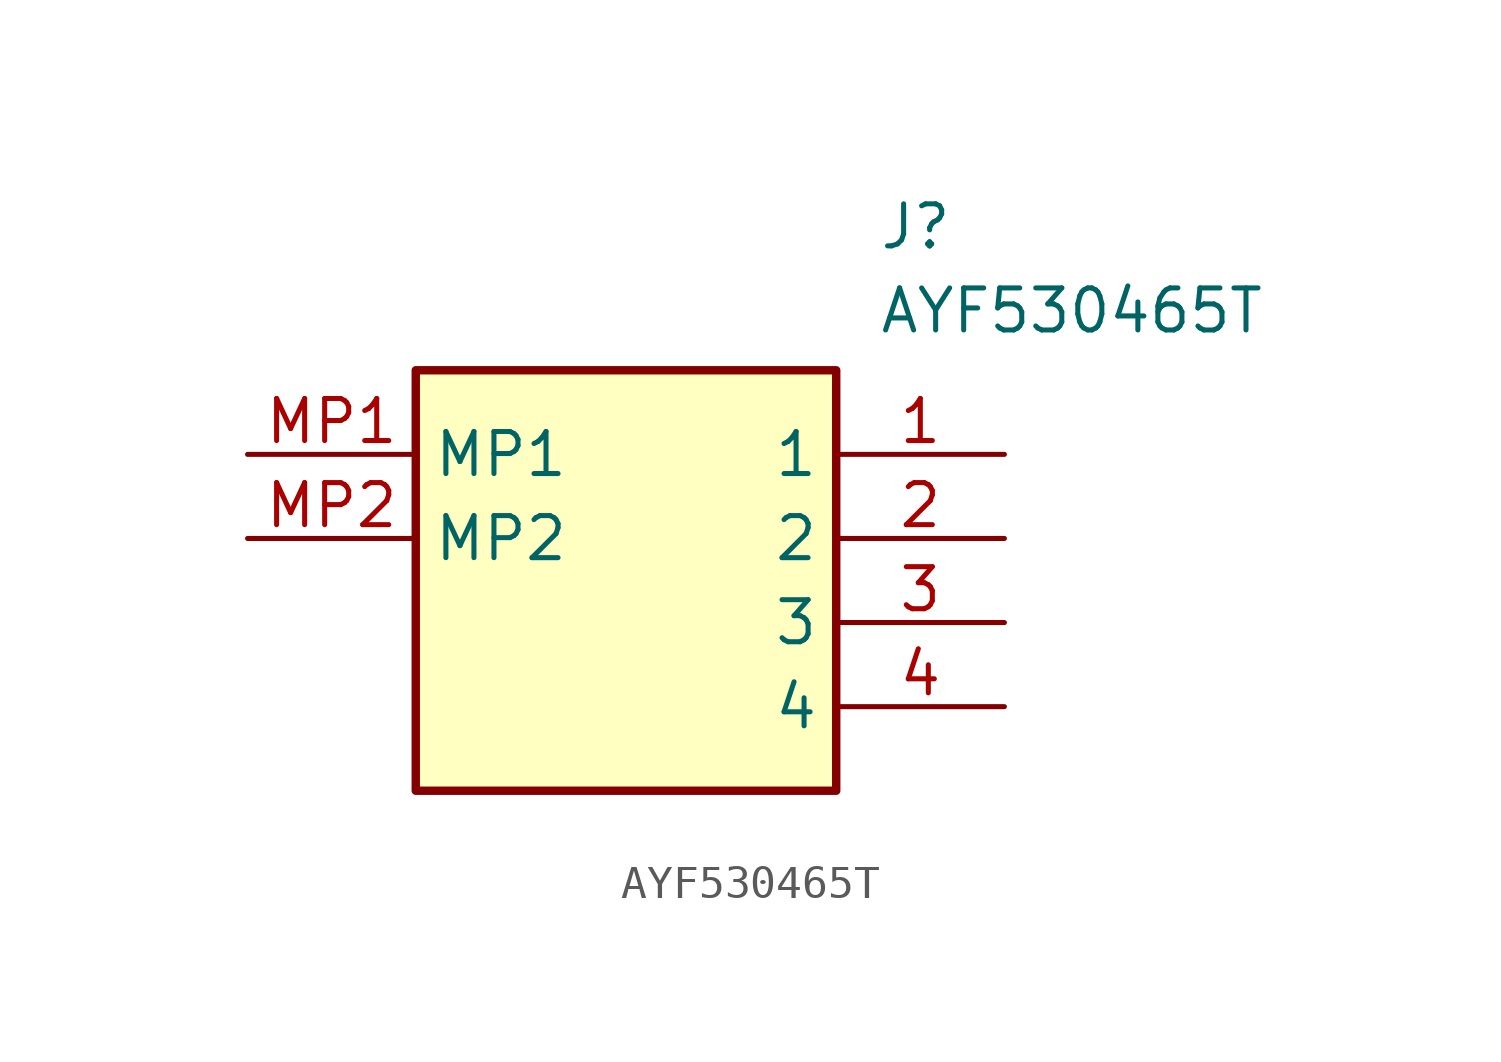
<source format=kicad_sym>
(kicad_symbol_lib
  (version 20211014)
  (generator SamacSys_ECAD_Model)
  (symbol "AYF530465T"
    (property "Reference" "J"
      (at 19.05 7.62 0)
      (effects (font (size 1.27 1.27)) (justify left top)))
    (property "Value" "AYF530465T"
      (at 19.05 5.08 0)
      (effects (font (size 1.27 1.27)) (justify left top)))
    (rectangle
      (start 5.08 2.54)
      (end 17.78 -10.16)
      (stroke (width 0.254) (type default))
      (fill (type background)))
    (pin passive line
      (at 22.86 0 180)
      (length 5.08)
      (name "1" (effects (font (size 1.27 1.27))))
      (number "1" (effects (font (size 1.27 1.27)))))
    (pin passive line
      (at 22.86 -2.54 180)
      (length 5.08)
      (name "2" (effects (font (size 1.27 1.27))))
      (number "2" (effects (font (size 1.27 1.27)))))
    (pin passive line
      (at 22.86 -5.08 180)
      (length 5.08)
      (name "3" (effects (font (size 1.27 1.27))))
      (number "3" (effects (font (size 1.27 1.27)))))
    (pin passive line
      (at 22.86 -7.62 180)
      (length 5.08)
      (name "4" (effects (font (size 1.27 1.27))))
      (number "4" (effects (font (size 1.27 1.27)))))
    (pin passive line
      (at 0 0 0)
      (length 5.08)
      (name "MP1" (effects (font (size 1.27 1.27))))
      (number "MP1" (effects (font (size 1.27 1.27)))))
    (pin passive line
      (at 0 -2.54 0)
      (length 5.08)
      (name "MP2" (effects (font (size 1.27 1.27))))
      (number "MP2" (effects (font (size 1.27 1.27)))))))
</source>
